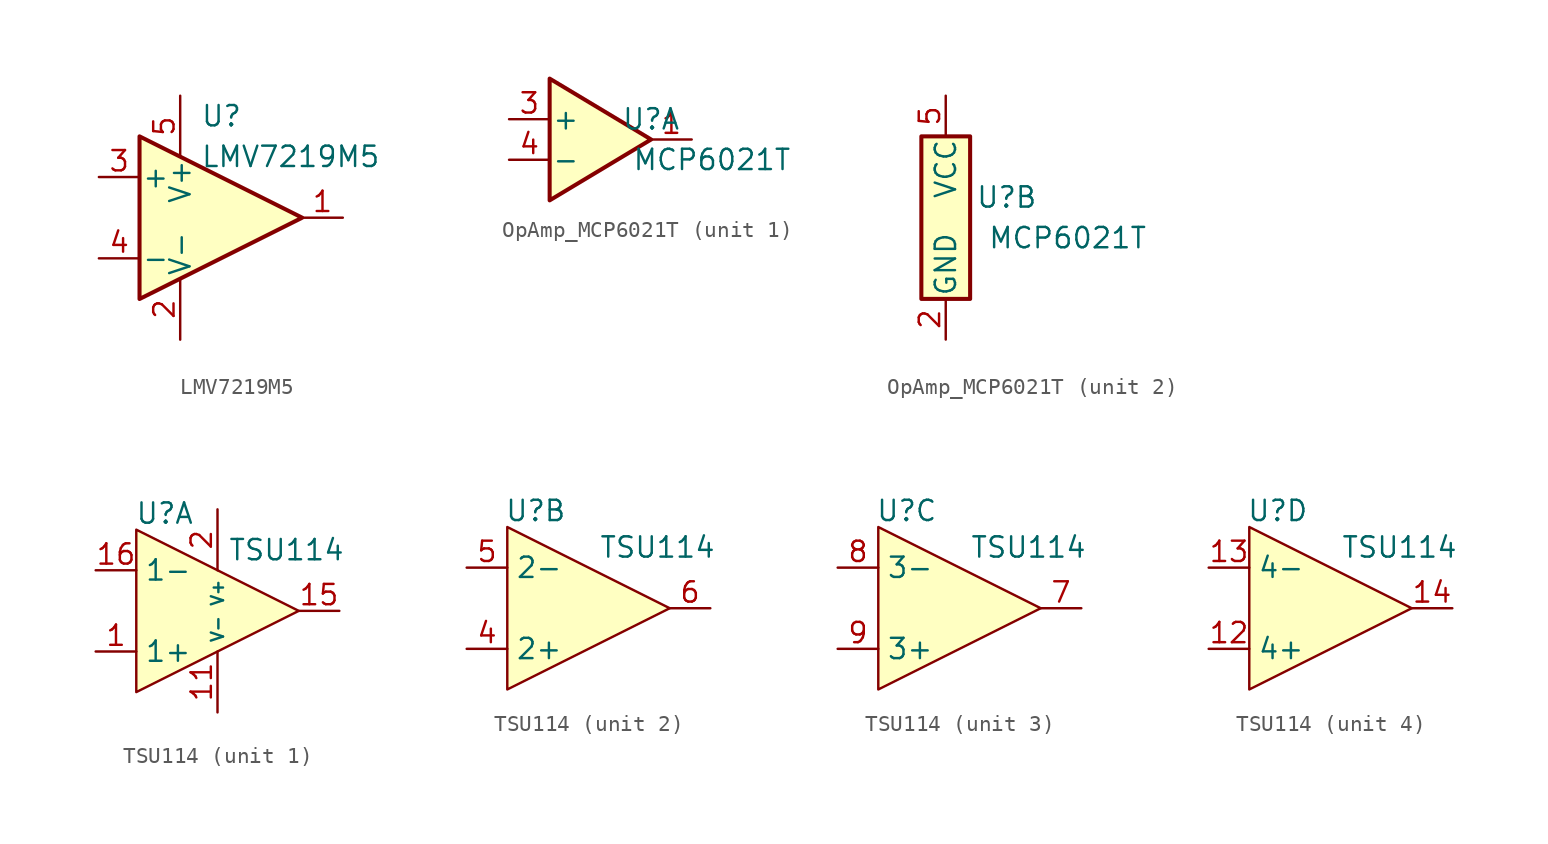
<source format=kicad_sym>
(kicad_symbol_lib
  (version 20241209)
  (generator "kicad_symbol_editor")
  (generator_version "9.0")
  (symbol "LMV7219M5"
    (pin_names
      (offset 0.127))
    (property "Reference" "U"
      (at -1.27 6.35 0)
      (effects (font (size 1.27 1.27)) (justify left)))
    (property "Value" "LMV7219M5"
      (at -1.27 3.81 0)
      (effects (font (size 1.27 1.27)) (justify left)))
    (symbol "LMV7219M5_0_1"
      (polyline (pts (xy -5.08 5.08) (xy 5.08 0) (xy -5.08 -5.08) (xy -5.08 5.08)) (stroke (width 0.254) (type default)) (fill (type background)))
      (pin power_in line (at -2.54 7.62 270) (length 3.81) (name "V+" (effects (font (size 1.27 1.27)))) (number "5" (effects (font (size 1.27 1.27)))))
      (pin power_in line (at -2.54 -7.62 90) (length 3.81) (name "V-" (effects (font (size 1.27 1.27)))) (number "2" (effects (font (size 1.27 1.27))))))
    (symbol "LMV7219M5_1_1"
      (pin input line (at -7.62 2.54 0) (length 2.54) (name "+" (effects (font (size 1.27 1.27)))) (number "3" (effects (font (size 1.27 1.27)))))
      (pin input line (at -7.62 -2.54 0) (length 2.54) (name "-" (effects (font (size 1.27 1.27)))) (number "4" (effects (font (size 1.27 1.27)))))
      (pin output line (at 7.62 0 180) (length 2.54) (name "~" (effects (font (size 1.27 1.27)))) (number "1" (effects (font (size 1.27 1.27)))))))
  (symbol "OpAmp_MCP6021T"
    (pin_names
      (offset 0.127))
    (property "Reference" "U"
      (at 3.81 1.27 0)
      (effects (font (size 1.27 1.27))))
    (property "Value" "MCP6021T"
      (at 7.62 -1.27 0)
      (effects (font (size 1.27 1.27))))
    (property "ki_locked" ""
      (at 0 0 0)
      (effects (font (size 1.27 1.27))))
    (symbol "OpAmp_MCP6021T_1_1"
      (polyline (pts (xy -2.54 3.81) (xy -2.54 -3.81) (xy 3.81 0) (xy -2.54 3.81)) (stroke (width 0.254) (type default)) (fill (type background)))
      (pin input line (at -5.08 1.27 0) (length 2.54) (name "+" (effects (font (size 1.27 1.27)))) (number "3" (effects (font (size 1.27 1.27)))))
      (pin input line (at -5.08 -1.27 0) (length 2.54) (name "-" (effects (font (size 1.27 1.27)))) (number "4" (effects (font (size 1.27 1.27)))))
      (pin output line (at 6.35 0 180) (length 2.54) (name "~" (effects (font (size 1.27 1.27)))) (number "1" (effects (font (size 1.27 1.27))))))
    (symbol "OpAmp_MCP6021T_2_0"
      (rectangle (start -1.524 5.08) (end 1.524 -5.08) (stroke (width 0.254) (type default)) (fill (type background))))
    (symbol "OpAmp_MCP6021T_2_1"
      (pin power_in line (at 0 7.62 270) (length 2.54) (name "VCC" (effects (font (size 1.27 1.27)))) (number "5" (effects (font (size 1.27 1.27)))))
      (pin power_in line (at 0 -7.62 90) (length 2.54) (name "GND" (effects (font (size 1.27 1.27)))) (number "2" (effects (font (size 1.27 1.27)))))))
  (symbol "TSU114"
    (property "Reference" "U"
      (at -3.302 6.096 0)
      (effects (font (size 1.27 1.27))))
    (property "Value" "TSU114"
      (at 4.318 3.81 0)
      (effects (font (size 1.27 1.27))))
    (symbol "TSU114_0_1"
      (polyline (pts (xy -5.08 5.08) (xy 5.08 0) (xy -5.08 -5.08) (xy -5.08 5.08)) (stroke (width 0) (type solid)) (fill (type background))))
    (symbol "TSU114_1_1"
      (pin input line (at -7.62 2.54 0) (length 2.54) (name "1-" (effects (font (size 1.27 1.27)))) (number "16" (effects (font (size 1.27 1.27)))))
      (pin input line (at -7.62 -2.54 0) (length 2.54) (name "1+" (effects (font (size 1.27 1.27)))) (number "1" (effects (font (size 1.27 1.27)))))
      (pin power_in line (at 0 6.35 270) (length 3.81) (name "V+" (effects (font (size 0.762 0.762)))) (number "2" (effects (font (size 1.27 1.27)))))
      (pin power_in line (at 0 -6.35 90) (length 3.81) (name "V-" (effects (font (size 0.762 0.762)))) (number "11" (effects (font (size 1.27 1.27)))))
      (pin output line (at 7.62 0 180) (length 2.54) (name "~" (effects (font (size 1.27 1.27)))) (number "15" (effects (font (size 1.27 1.27))))))
    (symbol "TSU114_2_1"
      (pin input line (at -7.62 2.54 0) (length 2.54) (name "2-" (effects (font (size 1.27 1.27)))) (number "5" (effects (font (size 1.27 1.27)))))
      (pin input line (at -7.62 -2.54 0) (length 2.54) (name "2+" (effects (font (size 1.27 1.27)))) (number "4" (effects (font (size 1.27 1.27)))))
      (pin output line (at 7.62 0 180) (length 2.54) (name "~" (effects (font (size 1.27 1.27)))) (number "6" (effects (font (size 1.27 1.27))))))
    (symbol "TSU114_3_1"
      (pin input line (at -7.62 2.54 0) (length 2.54) (name "3-" (effects (font (size 1.27 1.27)))) (number "8" (effects (font (size 1.27 1.27)))))
      (pin input line (at -7.62 -2.54 0) (length 2.54) (name "3+" (effects (font (size 1.27 1.27)))) (number "9" (effects (font (size 1.27 1.27)))))
      (pin output line (at 7.62 0 180) (length 2.54) (name "~" (effects (font (size 1.27 1.27)))) (number "7" (effects (font (size 1.27 1.27))))))
    (symbol "TSU114_4_1"
      (pin input line (at -7.62 2.54 0) (length 2.54) (name "4-" (effects (font (size 1.27 1.27)))) (number "13" (effects (font (size 1.27 1.27)))))
      (pin input line (at -7.62 -2.54 0) (length 2.54) (name "4+" (effects (font (size 1.27 1.27)))) (number "12" (effects (font (size 1.27 1.27)))))
      (pin output line (at 7.62 0 180) (length 2.54) (name "~" (effects (font (size 1.27 1.27)))) (number "14" (effects (font (size 1.27 1.27))))))))
</source>
